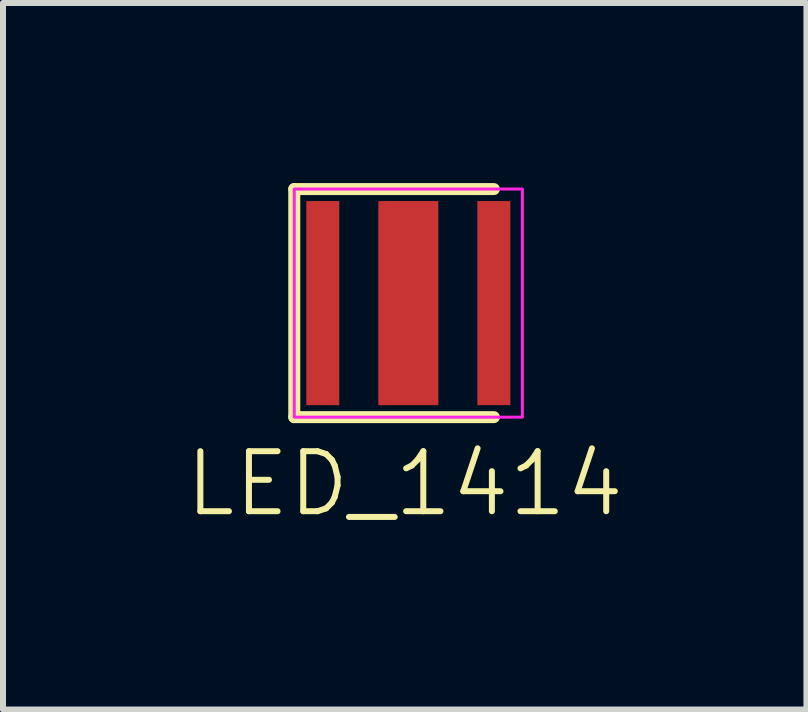
<source format=kicad_pcb>
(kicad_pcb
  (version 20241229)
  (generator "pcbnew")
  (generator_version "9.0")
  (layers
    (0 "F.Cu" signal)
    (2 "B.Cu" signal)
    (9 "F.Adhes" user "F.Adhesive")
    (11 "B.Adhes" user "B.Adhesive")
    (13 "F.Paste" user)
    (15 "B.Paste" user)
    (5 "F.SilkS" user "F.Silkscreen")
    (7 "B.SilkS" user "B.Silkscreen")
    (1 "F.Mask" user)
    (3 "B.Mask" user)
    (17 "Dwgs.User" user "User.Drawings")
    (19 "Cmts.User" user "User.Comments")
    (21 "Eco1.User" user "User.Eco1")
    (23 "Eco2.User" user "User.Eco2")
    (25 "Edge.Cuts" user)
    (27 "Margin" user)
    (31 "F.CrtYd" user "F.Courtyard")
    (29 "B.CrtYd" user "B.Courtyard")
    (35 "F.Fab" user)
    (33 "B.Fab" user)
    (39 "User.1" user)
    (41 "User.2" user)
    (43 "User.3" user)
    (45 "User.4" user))
  (footprint "LED_1414"
    (layer "F.Cu")
    (at 3.753 2)
    (property "Reference" "LED_1414" (at -0.06 3.01 0) (unlocked yes) (layer "F.SilkS") (effects (font (size 1 1) (thickness 0.1))))
    (attr smd)
    (fp_line (start -1.9 -1.9) (end -1.9 1.9) (stroke (width 0.2) (type default)) (layer "F.SilkS"))
    (fp_line (start -1.9 -1.9) (end 1.425 -1.9) (stroke (width 0.2) (type default)) (layer "F.SilkS"))
    (fp_line (start -1.9 1.9) (end 1.425 1.9) (stroke (width 0.2) (type default)) (layer "F.SilkS"))
    (fp_rect (start -1.9 -1.9) (end 1.9 1.9) (stroke (width 0.05) (type default)) (fill no) (layer "F.CrtYd"))
    (pad "1" smd rect (at -1.425 0) (size 0.55 3.4) (layers "F.Cu" "F.Mask" "F.Paste"))
    (pad "2" smd rect (at 1.425 0) (size 0.55 3.4) (layers "F.Cu" "F.Mask" "F.Paste"))
    (pad "3" smd rect (at 0 0) (size 1 3.4) (layers "F.Cu" "F.Mask" "F.Paste")))
  (gr_rect
    (start -3 -3)
    (end 10.386 8.771)
    (stroke (width 0.1) (type default))
    (fill no)
    (layer "Edge.Cuts")))
</source>
